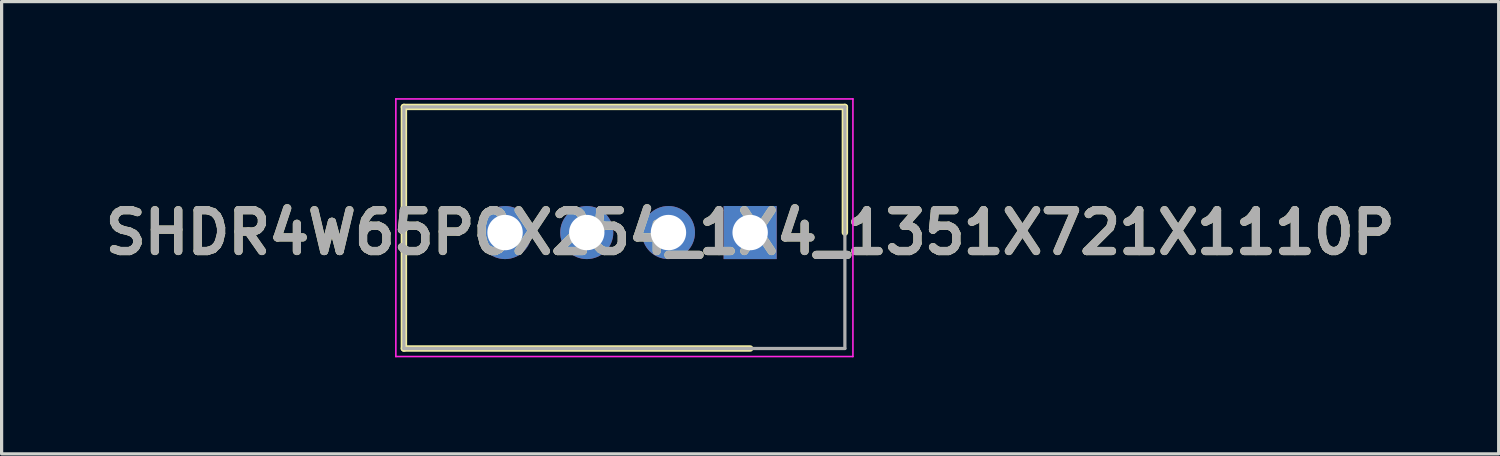
<source format=kicad_pcb>
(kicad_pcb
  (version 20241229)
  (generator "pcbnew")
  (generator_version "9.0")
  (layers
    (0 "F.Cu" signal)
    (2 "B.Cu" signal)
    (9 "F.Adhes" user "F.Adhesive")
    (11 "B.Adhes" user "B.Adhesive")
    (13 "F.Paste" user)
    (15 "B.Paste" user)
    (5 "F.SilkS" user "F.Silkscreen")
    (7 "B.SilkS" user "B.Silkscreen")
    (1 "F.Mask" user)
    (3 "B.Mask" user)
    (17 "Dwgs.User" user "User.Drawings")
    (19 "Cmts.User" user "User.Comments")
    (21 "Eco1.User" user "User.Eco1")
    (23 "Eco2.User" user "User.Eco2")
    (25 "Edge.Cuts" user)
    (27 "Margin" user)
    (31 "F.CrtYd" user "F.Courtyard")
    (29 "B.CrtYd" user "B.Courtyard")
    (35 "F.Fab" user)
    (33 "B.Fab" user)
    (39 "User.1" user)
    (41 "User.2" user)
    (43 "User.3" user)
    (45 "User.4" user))
  (footprint "SHDR4W65P0X254_1X4_1351X721X1110P"
    (layer "F.Cu")
    (at 20.272 4.18)
    (property "Reference" "SHDR4W65P0X254_1X4_1351X721X1110P" (at 0 0 0) (layer "F.SilkS") (effects (font (size 1.27 1.27) (thickness 0.254))))
    (attr through_hole)
    (fp_line (start -10.765 -3.905) (end 2.945 -3.905) (stroke (width 0.2) (type solid)) (layer "F.SilkS"))
    (fp_line (start -10.765 3.605) (end -10.765 -3.905) (stroke (width 0.2) (type solid)) (layer "F.SilkS"))
    (fp_line (start 0 3.605) (end -10.765 3.605) (stroke (width 0.2) (type solid)) (layer "F.SilkS"))
    (fp_line (start 2.945 -3.905) (end 2.945 0) (stroke (width 0.2) (type solid)) (layer "F.SilkS"))
    (fp_line (start -11.015 -4.155) (end 3.195 -4.155) (stroke (width 0.05) (type solid)) (layer "F.CrtYd"))
    (fp_line (start -11.015 3.855) (end -11.015 -4.155) (stroke (width 0.05) (type solid)) (layer "F.CrtYd"))
    (fp_line (start 3.195 -4.155) (end 3.195 3.855) (stroke (width 0.05) (type solid)) (layer "F.CrtYd"))
    (fp_line (start 3.195 3.855) (end -11.015 3.855) (stroke (width 0.05) (type solid)) (layer "F.CrtYd"))
    (fp_line (start -10.765 -3.905) (end 2.945 -3.905) (stroke (width 0.1) (type solid)) (layer "F.Fab"))
    (fp_line (start -10.765 3.605) (end -10.765 -3.905) (stroke (width 0.1) (type solid)) (layer "F.Fab"))
    (fp_line (start 2.945 -3.905) (end 2.945 3.605) (stroke (width 0.1) (type solid)) (layer "F.Fab"))
    (fp_line (start 2.945 3.605) (end -10.765 3.605) (stroke (width 0.1) (type solid)) (layer "F.Fab"))
    (fp_text user "${REFERENCE}" (at 0 0 0) (layer "F.Fab") (effects (font (size 1.27 1.27) (thickness 0.254))))
    (pad "1" thru_hole rect (at 0 0) (size 1.65 1.65) (drill 1.1) (layers "*.Cu" "*.Mask"))
    (pad "2" thru_hole circle (at -2.54 0) (size 1.65 1.65) (drill 1.1) (layers "*.Cu" "*.Mask"))
    (pad "3" thru_hole circle (at -5.08 0) (size 1.65 1.65) (drill 1.1) (layers "*.Cu" "*.Mask"))
    (pad "4" thru_hole circle (at -7.62 0) (size 1.65 1.65) (drill 1.1) (layers "*.Cu" "*.Mask")))
  (gr_rect
    (start -3 -3)
    (end 43.543 11.06)
    (stroke (width 0.1) (type default))
    (fill no)
    (layer "Edge.Cuts")))
</source>
